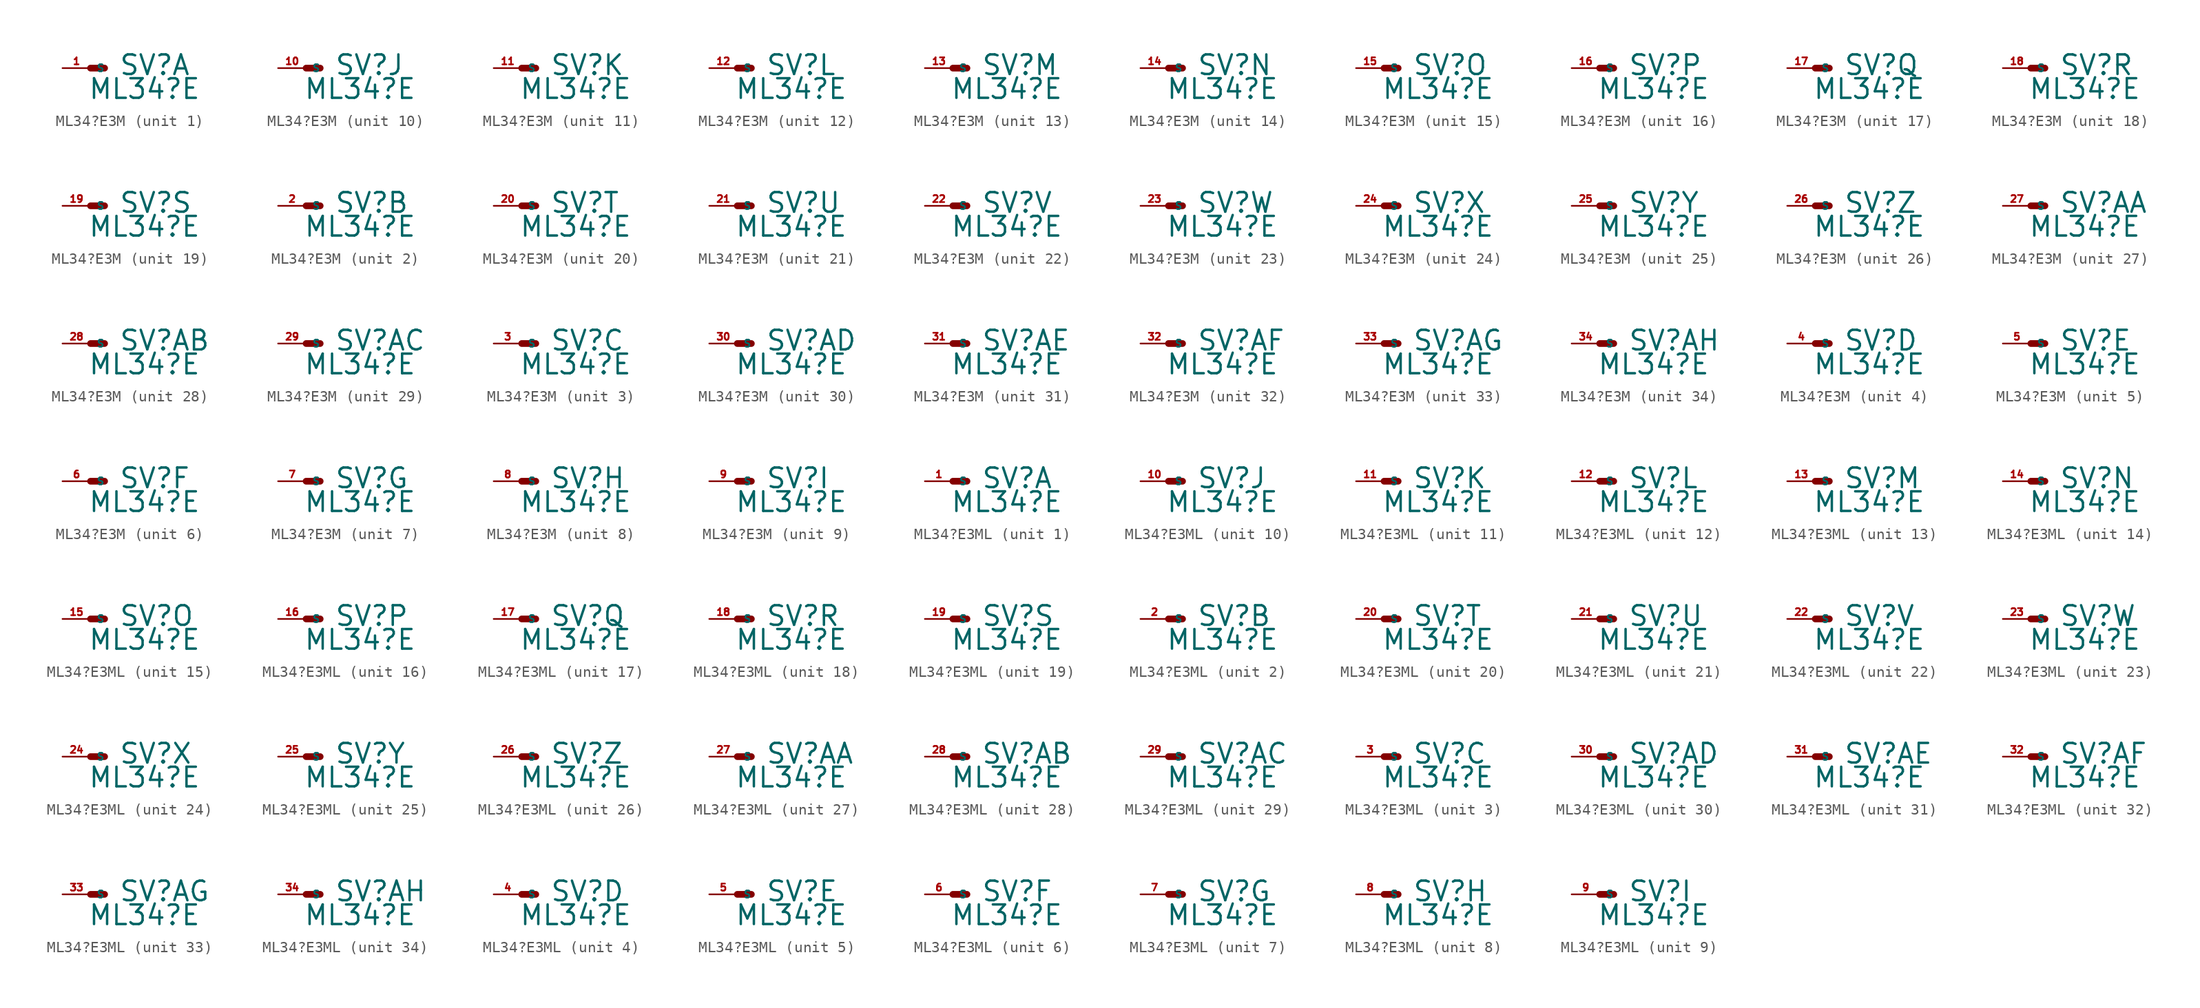
<source format=kicad_sym>
(kicad_symbol_lib
  (version 20220914)
  (generator Eagle2Kicad)
  (symbol "ML34?E3M"
    (property "Reference" "SV"
      (at 2.54 -0.762 0)
      (effects (font (size 1.778 1.778) (thickness 0.22)) (justify left bottom)))
    (property "Value" "ML34?E"
      (at -0.254 -2.921 0)
      (effects (font (size 1.778 1.778) (thickness 0.22)) (justify left bottom)))
    (symbol "ML34?E3M_1_0"
      (polyline (pts (xy 1.27 0) (xy 0 0)) (stroke (width 0.61) (type default)) (fill (type none)))
      (pin passive line (at -2.54 0 0) (length 2.54) (name "S" (effects (font (size 0.635 0.635) (thickness 0.08)) (justify left bottom))) (number "1" (effects (font (size 0.635 0.635) (thickness 0.08)) (justify left bottom)))))
    (symbol "ML34?E3M_2_0"
      (polyline (pts (xy 1.27 0) (xy 0 0)) (stroke (width 0.61) (type default)) (fill (type none)))
      (pin passive line (at -2.54 0 0) (length 2.54) (name "S" (effects (font (size 0.635 0.635) (thickness 0.08)) (justify left bottom))) (number "2" (effects (font (size 0.635 0.635) (thickness 0.08)) (justify left bottom)))))
    (symbol "ML34?E3M_3_0"
      (polyline (pts (xy 1.27 0) (xy 0 0)) (stroke (width 0.61) (type default)) (fill (type none)))
      (pin passive line (at -2.54 0 0) (length 2.54) (name "S" (effects (font (size 0.635 0.635) (thickness 0.08)) (justify left bottom))) (number "3" (effects (font (size 0.635 0.635) (thickness 0.08)) (justify left bottom)))))
    (symbol "ML34?E3M_4_0"
      (polyline (pts (xy 1.27 0) (xy 0 0)) (stroke (width 0.61) (type default)) (fill (type none)))
      (pin passive line (at -2.54 0 0) (length 2.54) (name "S" (effects (font (size 0.635 0.635) (thickness 0.08)) (justify left bottom))) (number "4" (effects (font (size 0.635 0.635) (thickness 0.08)) (justify left bottom)))))
    (symbol "ML34?E3M_5_0"
      (polyline (pts (xy 1.27 0) (xy 0 0)) (stroke (width 0.61) (type default)) (fill (type none)))
      (pin passive line (at -2.54 0 0) (length 2.54) (name "S" (effects (font (size 0.635 0.635) (thickness 0.08)) (justify left bottom))) (number "5" (effects (font (size 0.635 0.635) (thickness 0.08)) (justify left bottom)))))
    (symbol "ML34?E3M_6_0"
      (polyline (pts (xy 1.27 0) (xy 0 0)) (stroke (width 0.61) (type default)) (fill (type none)))
      (pin passive line (at -2.54 0 0) (length 2.54) (name "S" (effects (font (size 0.635 0.635) (thickness 0.08)) (justify left bottom))) (number "6" (effects (font (size 0.635 0.635) (thickness 0.08)) (justify left bottom)))))
    (symbol "ML34?E3M_7_0"
      (polyline (pts (xy 1.27 0) (xy 0 0)) (stroke (width 0.61) (type default)) (fill (type none)))
      (pin passive line (at -2.54 0 0) (length 2.54) (name "S" (effects (font (size 0.635 0.635) (thickness 0.08)) (justify left bottom))) (number "7" (effects (font (size 0.635 0.635) (thickness 0.08)) (justify left bottom)))))
    (symbol "ML34?E3M_8_0"
      (polyline (pts (xy 1.27 0) (xy 0 0)) (stroke (width 0.61) (type default)) (fill (type none)))
      (pin passive line (at -2.54 0 0) (length 2.54) (name "S" (effects (font (size 0.635 0.635) (thickness 0.08)) (justify left bottom))) (number "8" (effects (font (size 0.635 0.635) (thickness 0.08)) (justify left bottom)))))
    (symbol "ML34?E3M_9_0"
      (polyline (pts (xy 1.27 0) (xy 0 0)) (stroke (width 0.61) (type default)) (fill (type none)))
      (pin passive line (at -2.54 0 0) (length 2.54) (name "S" (effects (font (size 0.635 0.635) (thickness 0.08)) (justify left bottom))) (number "9" (effects (font (size 0.635 0.635) (thickness 0.08)) (justify left bottom)))))
    (symbol "ML34?E3M_10_0"
      (polyline (pts (xy 1.27 0) (xy 0 0)) (stroke (width 0.61) (type default)) (fill (type none)))
      (pin passive line (at -2.54 0 0) (length 2.54) (name "S" (effects (font (size 0.635 0.635) (thickness 0.08)) (justify left bottom))) (number "10" (effects (font (size 0.635 0.635) (thickness 0.08)) (justify left bottom)))))
    (symbol "ML34?E3M_11_0"
      (polyline (pts (xy 1.27 0) (xy 0 0)) (stroke (width 0.61) (type default)) (fill (type none)))
      (pin passive line (at -2.54 0 0) (length 2.54) (name "S" (effects (font (size 0.635 0.635) (thickness 0.08)) (justify left bottom))) (number "11" (effects (font (size 0.635 0.635) (thickness 0.08)) (justify left bottom)))))
    (symbol "ML34?E3M_12_0"
      (polyline (pts (xy 1.27 0) (xy 0 0)) (stroke (width 0.61) (type default)) (fill (type none)))
      (pin passive line (at -2.54 0 0) (length 2.54) (name "S" (effects (font (size 0.635 0.635) (thickness 0.08)) (justify left bottom))) (number "12" (effects (font (size 0.635 0.635) (thickness 0.08)) (justify left bottom)))))
    (symbol "ML34?E3M_13_0"
      (polyline (pts (xy 1.27 0) (xy 0 0)) (stroke (width 0.61) (type default)) (fill (type none)))
      (pin passive line (at -2.54 0 0) (length 2.54) (name "S" (effects (font (size 0.635 0.635) (thickness 0.08)) (justify left bottom))) (number "13" (effects (font (size 0.635 0.635) (thickness 0.08)) (justify left bottom)))))
    (symbol "ML34?E3M_14_0"
      (polyline (pts (xy 1.27 0) (xy 0 0)) (stroke (width 0.61) (type default)) (fill (type none)))
      (pin passive line (at -2.54 0 0) (length 2.54) (name "S" (effects (font (size 0.635 0.635) (thickness 0.08)) (justify left bottom))) (number "14" (effects (font (size 0.635 0.635) (thickness 0.08)) (justify left bottom)))))
    (symbol "ML34?E3M_15_0"
      (polyline (pts (xy 1.27 0) (xy 0 0)) (stroke (width 0.61) (type default)) (fill (type none)))
      (pin passive line (at -2.54 0 0) (length 2.54) (name "S" (effects (font (size 0.635 0.635) (thickness 0.08)) (justify left bottom))) (number "15" (effects (font (size 0.635 0.635) (thickness 0.08)) (justify left bottom)))))
    (symbol "ML34?E3M_16_0"
      (polyline (pts (xy 1.27 0) (xy 0 0)) (stroke (width 0.61) (type default)) (fill (type none)))
      (pin passive line (at -2.54 0 0) (length 2.54) (name "S" (effects (font (size 0.635 0.635) (thickness 0.08)) (justify left bottom))) (number "16" (effects (font (size 0.635 0.635) (thickness 0.08)) (justify left bottom)))))
    (symbol "ML34?E3M_17_0"
      (polyline (pts (xy 1.27 0) (xy 0 0)) (stroke (width 0.61) (type default)) (fill (type none)))
      (pin passive line (at -2.54 0 0) (length 2.54) (name "S" (effects (font (size 0.635 0.635) (thickness 0.08)) (justify left bottom))) (number "17" (effects (font (size 0.635 0.635) (thickness 0.08)) (justify left bottom)))))
    (symbol "ML34?E3M_18_0"
      (polyline (pts (xy 1.27 0) (xy 0 0)) (stroke (width 0.61) (type default)) (fill (type none)))
      (pin passive line (at -2.54 0 0) (length 2.54) (name "S" (effects (font (size 0.635 0.635) (thickness 0.08)) (justify left bottom))) (number "18" (effects (font (size 0.635 0.635) (thickness 0.08)) (justify left bottom)))))
    (symbol "ML34?E3M_19_0"
      (polyline (pts (xy 1.27 0) (xy 0 0)) (stroke (width 0.61) (type default)) (fill (type none)))
      (pin passive line (at -2.54 0 0) (length 2.54) (name "S" (effects (font (size 0.635 0.635) (thickness 0.08)) (justify left bottom))) (number "19" (effects (font (size 0.635 0.635) (thickness 0.08)) (justify left bottom)))))
    (symbol "ML34?E3M_20_0"
      (polyline (pts (xy 1.27 0) (xy 0 0)) (stroke (width 0.61) (type default)) (fill (type none)))
      (pin passive line (at -2.54 0 0) (length 2.54) (name "S" (effects (font (size 0.635 0.635) (thickness 0.08)) (justify left bottom))) (number "20" (effects (font (size 0.635 0.635) (thickness 0.08)) (justify left bottom)))))
    (symbol "ML34?E3M_21_0"
      (polyline (pts (xy 1.27 0) (xy 0 0)) (stroke (width 0.61) (type default)) (fill (type none)))
      (pin passive line (at -2.54 0 0) (length 2.54) (name "S" (effects (font (size 0.635 0.635) (thickness 0.08)) (justify left bottom))) (number "21" (effects (font (size 0.635 0.635) (thickness 0.08)) (justify left bottom)))))
    (symbol "ML34?E3M_22_0"
      (polyline (pts (xy 1.27 0) (xy 0 0)) (stroke (width 0.61) (type default)) (fill (type none)))
      (pin passive line (at -2.54 0 0) (length 2.54) (name "S" (effects (font (size 0.635 0.635) (thickness 0.08)) (justify left bottom))) (number "22" (effects (font (size 0.635 0.635) (thickness 0.08)) (justify left bottom)))))
    (symbol "ML34?E3M_23_0"
      (polyline (pts (xy 1.27 0) (xy 0 0)) (stroke (width 0.61) (type default)) (fill (type none)))
      (pin passive line (at -2.54 0 0) (length 2.54) (name "S" (effects (font (size 0.635 0.635) (thickness 0.08)) (justify left bottom))) (number "23" (effects (font (size 0.635 0.635) (thickness 0.08)) (justify left bottom)))))
    (symbol "ML34?E3M_24_0"
      (polyline (pts (xy 1.27 0) (xy 0 0)) (stroke (width 0.61) (type default)) (fill (type none)))
      (pin passive line (at -2.54 0 0) (length 2.54) (name "S" (effects (font (size 0.635 0.635) (thickness 0.08)) (justify left bottom))) (number "24" (effects (font (size 0.635 0.635) (thickness 0.08)) (justify left bottom)))))
    (symbol "ML34?E3M_25_0"
      (polyline (pts (xy 1.27 0) (xy 0 0)) (stroke (width 0.61) (type default)) (fill (type none)))
      (pin passive line (at -2.54 0 0) (length 2.54) (name "S" (effects (font (size 0.635 0.635) (thickness 0.08)) (justify left bottom))) (number "25" (effects (font (size 0.635 0.635) (thickness 0.08)) (justify left bottom)))))
    (symbol "ML34?E3M_26_0"
      (polyline (pts (xy 1.27 0) (xy 0 0)) (stroke (width 0.61) (type default)) (fill (type none)))
      (pin passive line (at -2.54 0 0) (length 2.54) (name "S" (effects (font (size 0.635 0.635) (thickness 0.08)) (justify left bottom))) (number "26" (effects (font (size 0.635 0.635) (thickness 0.08)) (justify left bottom)))))
    (symbol "ML34?E3M_27_0"
      (polyline (pts (xy 1.27 0) (xy 0 0)) (stroke (width 0.61) (type default)) (fill (type none)))
      (pin passive line (at -2.54 0 0) (length 2.54) (name "S" (effects (font (size 0.635 0.635) (thickness 0.08)) (justify left bottom))) (number "27" (effects (font (size 0.635 0.635) (thickness 0.08)) (justify left bottom)))))
    (symbol "ML34?E3M_28_0"
      (polyline (pts (xy 1.27 0) (xy 0 0)) (stroke (width 0.61) (type default)) (fill (type none)))
      (pin passive line (at -2.54 0 0) (length 2.54) (name "S" (effects (font (size 0.635 0.635) (thickness 0.08)) (justify left bottom))) (number "28" (effects (font (size 0.635 0.635) (thickness 0.08)) (justify left bottom)))))
    (symbol "ML34?E3M_29_0"
      (polyline (pts (xy 1.27 0) (xy 0 0)) (stroke (width 0.61) (type default)) (fill (type none)))
      (pin passive line (at -2.54 0 0) (length 2.54) (name "S" (effects (font (size 0.635 0.635) (thickness 0.08)) (justify left bottom))) (number "29" (effects (font (size 0.635 0.635) (thickness 0.08)) (justify left bottom)))))
    (symbol "ML34?E3M_30_0"
      (polyline (pts (xy 1.27 0) (xy 0 0)) (stroke (width 0.61) (type default)) (fill (type none)))
      (pin passive line (at -2.54 0 0) (length 2.54) (name "S" (effects (font (size 0.635 0.635) (thickness 0.08)) (justify left bottom))) (number "30" (effects (font (size 0.635 0.635) (thickness 0.08)) (justify left bottom)))))
    (symbol "ML34?E3M_31_0"
      (polyline (pts (xy 1.27 0) (xy 0 0)) (stroke (width 0.61) (type default)) (fill (type none)))
      (pin passive line (at -2.54 0 0) (length 2.54) (name "S" (effects (font (size 0.635 0.635) (thickness 0.08)) (justify left bottom))) (number "31" (effects (font (size 0.635 0.635) (thickness 0.08)) (justify left bottom)))))
    (symbol "ML34?E3M_32_0"
      (polyline (pts (xy 1.27 0) (xy 0 0)) (stroke (width 0.61) (type default)) (fill (type none)))
      (pin passive line (at -2.54 0 0) (length 2.54) (name "S" (effects (font (size 0.635 0.635) (thickness 0.08)) (justify left bottom))) (number "32" (effects (font (size 0.635 0.635) (thickness 0.08)) (justify left bottom)))))
    (symbol "ML34?E3M_33_0"
      (polyline (pts (xy 1.27 0) (xy 0 0)) (stroke (width 0.61) (type default)) (fill (type none)))
      (pin passive line (at -2.54 0 0) (length 2.54) (name "S" (effects (font (size 0.635 0.635) (thickness 0.08)) (justify left bottom))) (number "33" (effects (font (size 0.635 0.635) (thickness 0.08)) (justify left bottom)))))
    (symbol "ML34?E3M_34_0"
      (polyline (pts (xy 1.27 0) (xy 0 0)) (stroke (width 0.61) (type default)) (fill (type none)))
      (pin passive line (at -2.54 0 0) (length 2.54) (name "S" (effects (font (size 0.635 0.635) (thickness 0.08)) (justify left bottom))) (number "34" (effects (font (size 0.635 0.635) (thickness 0.08)) (justify left bottom))))))
  (symbol "ML34?E3ML"
    (property "Reference" "SV"
      (at 2.54 -0.762 0)
      (effects (font (size 1.778 1.778) (thickness 0.22)) (justify left bottom)))
    (property "Value" "ML34?E"
      (at -0.254 -2.921 0)
      (effects (font (size 1.778 1.778) (thickness 0.22)) (justify left bottom)))
    (symbol "ML34?E3ML_1_0"
      (polyline (pts (xy 1.27 0) (xy 0 0)) (stroke (width 0.61) (type default)) (fill (type none)))
      (pin passive line (at -2.54 0 0) (length 2.54) (name "S" (effects (font (size 0.635 0.635) (thickness 0.08)) (justify left bottom))) (number "1" (effects (font (size 0.635 0.635) (thickness 0.08)) (justify left bottom)))))
    (symbol "ML34?E3ML_2_0"
      (polyline (pts (xy 1.27 0) (xy 0 0)) (stroke (width 0.61) (type default)) (fill (type none)))
      (pin passive line (at -2.54 0 0) (length 2.54) (name "S" (effects (font (size 0.635 0.635) (thickness 0.08)) (justify left bottom))) (number "2" (effects (font (size 0.635 0.635) (thickness 0.08)) (justify left bottom)))))
    (symbol "ML34?E3ML_3_0"
      (polyline (pts (xy 1.27 0) (xy 0 0)) (stroke (width 0.61) (type default)) (fill (type none)))
      (pin passive line (at -2.54 0 0) (length 2.54) (name "S" (effects (font (size 0.635 0.635) (thickness 0.08)) (justify left bottom))) (number "3" (effects (font (size 0.635 0.635) (thickness 0.08)) (justify left bottom)))))
    (symbol "ML34?E3ML_4_0"
      (polyline (pts (xy 1.27 0) (xy 0 0)) (stroke (width 0.61) (type default)) (fill (type none)))
      (pin passive line (at -2.54 0 0) (length 2.54) (name "S" (effects (font (size 0.635 0.635) (thickness 0.08)) (justify left bottom))) (number "4" (effects (font (size 0.635 0.635) (thickness 0.08)) (justify left bottom)))))
    (symbol "ML34?E3ML_5_0"
      (polyline (pts (xy 1.27 0) (xy 0 0)) (stroke (width 0.61) (type default)) (fill (type none)))
      (pin passive line (at -2.54 0 0) (length 2.54) (name "S" (effects (font (size 0.635 0.635) (thickness 0.08)) (justify left bottom))) (number "5" (effects (font (size 0.635 0.635) (thickness 0.08)) (justify left bottom)))))
    (symbol "ML34?E3ML_6_0"
      (polyline (pts (xy 1.27 0) (xy 0 0)) (stroke (width 0.61) (type default)) (fill (type none)))
      (pin passive line (at -2.54 0 0) (length 2.54) (name "S" (effects (font (size 0.635 0.635) (thickness 0.08)) (justify left bottom))) (number "6" (effects (font (size 0.635 0.635) (thickness 0.08)) (justify left bottom)))))
    (symbol "ML34?E3ML_7_0"
      (polyline (pts (xy 1.27 0) (xy 0 0)) (stroke (width 0.61) (type default)) (fill (type none)))
      (pin passive line (at -2.54 0 0) (length 2.54) (name "S" (effects (font (size 0.635 0.635) (thickness 0.08)) (justify left bottom))) (number "7" (effects (font (size 0.635 0.635) (thickness 0.08)) (justify left bottom)))))
    (symbol "ML34?E3ML_8_0"
      (polyline (pts (xy 1.27 0) (xy 0 0)) (stroke (width 0.61) (type default)) (fill (type none)))
      (pin passive line (at -2.54 0 0) (length 2.54) (name "S" (effects (font (size 0.635 0.635) (thickness 0.08)) (justify left bottom))) (number "8" (effects (font (size 0.635 0.635) (thickness 0.08)) (justify left bottom)))))
    (symbol "ML34?E3ML_9_0"
      (polyline (pts (xy 1.27 0) (xy 0 0)) (stroke (width 0.61) (type default)) (fill (type none)))
      (pin passive line (at -2.54 0 0) (length 2.54) (name "S" (effects (font (size 0.635 0.635) (thickness 0.08)) (justify left bottom))) (number "9" (effects (font (size 0.635 0.635) (thickness 0.08)) (justify left bottom)))))
    (symbol "ML34?E3ML_10_0"
      (polyline (pts (xy 1.27 0) (xy 0 0)) (stroke (width 0.61) (type default)) (fill (type none)))
      (pin passive line (at -2.54 0 0) (length 2.54) (name "S" (effects (font (size 0.635 0.635) (thickness 0.08)) (justify left bottom))) (number "10" (effects (font (size 0.635 0.635) (thickness 0.08)) (justify left bottom)))))
    (symbol "ML34?E3ML_11_0"
      (polyline (pts (xy 1.27 0) (xy 0 0)) (stroke (width 0.61) (type default)) (fill (type none)))
      (pin passive line (at -2.54 0 0) (length 2.54) (name "S" (effects (font (size 0.635 0.635) (thickness 0.08)) (justify left bottom))) (number "11" (effects (font (size 0.635 0.635) (thickness 0.08)) (justify left bottom)))))
    (symbol "ML34?E3ML_12_0"
      (polyline (pts (xy 1.27 0) (xy 0 0)) (stroke (width 0.61) (type default)) (fill (type none)))
      (pin passive line (at -2.54 0 0) (length 2.54) (name "S" (effects (font (size 0.635 0.635) (thickness 0.08)) (justify left bottom))) (number "12" (effects (font (size 0.635 0.635) (thickness 0.08)) (justify left bottom)))))
    (symbol "ML34?E3ML_13_0"
      (polyline (pts (xy 1.27 0) (xy 0 0)) (stroke (width 0.61) (type default)) (fill (type none)))
      (pin passive line (at -2.54 0 0) (length 2.54) (name "S" (effects (font (size 0.635 0.635) (thickness 0.08)) (justify left bottom))) (number "13" (effects (font (size 0.635 0.635) (thickness 0.08)) (justify left bottom)))))
    (symbol "ML34?E3ML_14_0"
      (polyline (pts (xy 1.27 0) (xy 0 0)) (stroke (width 0.61) (type default)) (fill (type none)))
      (pin passive line (at -2.54 0 0) (length 2.54) (name "S" (effects (font (size 0.635 0.635) (thickness 0.08)) (justify left bottom))) (number "14" (effects (font (size 0.635 0.635) (thickness 0.08)) (justify left bottom)))))
    (symbol "ML34?E3ML_15_0"
      (polyline (pts (xy 1.27 0) (xy 0 0)) (stroke (width 0.61) (type default)) (fill (type none)))
      (pin passive line (at -2.54 0 0) (length 2.54) (name "S" (effects (font (size 0.635 0.635) (thickness 0.08)) (justify left bottom))) (number "15" (effects (font (size 0.635 0.635) (thickness 0.08)) (justify left bottom)))))
    (symbol "ML34?E3ML_16_0"
      (polyline (pts (xy 1.27 0) (xy 0 0)) (stroke (width 0.61) (type default)) (fill (type none)))
      (pin passive line (at -2.54 0 0) (length 2.54) (name "S" (effects (font (size 0.635 0.635) (thickness 0.08)) (justify left bottom))) (number "16" (effects (font (size 0.635 0.635) (thickness 0.08)) (justify left bottom)))))
    (symbol "ML34?E3ML_17_0"
      (polyline (pts (xy 1.27 0) (xy 0 0)) (stroke (width 0.61) (type default)) (fill (type none)))
      (pin passive line (at -2.54 0 0) (length 2.54) (name "S" (effects (font (size 0.635 0.635) (thickness 0.08)) (justify left bottom))) (number "17" (effects (font (size 0.635 0.635) (thickness 0.08)) (justify left bottom)))))
    (symbol "ML34?E3ML_18_0"
      (polyline (pts (xy 1.27 0) (xy 0 0)) (stroke (width 0.61) (type default)) (fill (type none)))
      (pin passive line (at -2.54 0 0) (length 2.54) (name "S" (effects (font (size 0.635 0.635) (thickness 0.08)) (justify left bottom))) (number "18" (effects (font (size 0.635 0.635) (thickness 0.08)) (justify left bottom)))))
    (symbol "ML34?E3ML_19_0"
      (polyline (pts (xy 1.27 0) (xy 0 0)) (stroke (width 0.61) (type default)) (fill (type none)))
      (pin passive line (at -2.54 0 0) (length 2.54) (name "S" (effects (font (size 0.635 0.635) (thickness 0.08)) (justify left bottom))) (number "19" (effects (font (size 0.635 0.635) (thickness 0.08)) (justify left bottom)))))
    (symbol "ML34?E3ML_20_0"
      (polyline (pts (xy 1.27 0) (xy 0 0)) (stroke (width 0.61) (type default)) (fill (type none)))
      (pin passive line (at -2.54 0 0) (length 2.54) (name "S" (effects (font (size 0.635 0.635) (thickness 0.08)) (justify left bottom))) (number "20" (effects (font (size 0.635 0.635) (thickness 0.08)) (justify left bottom)))))
    (symbol "ML34?E3ML_21_0"
      (polyline (pts (xy 1.27 0) (xy 0 0)) (stroke (width 0.61) (type default)) (fill (type none)))
      (pin passive line (at -2.54 0 0) (length 2.54) (name "S" (effects (font (size 0.635 0.635) (thickness 0.08)) (justify left bottom))) (number "21" (effects (font (size 0.635 0.635) (thickness 0.08)) (justify left bottom)))))
    (symbol "ML34?E3ML_22_0"
      (polyline (pts (xy 1.27 0) (xy 0 0)) (stroke (width 0.61) (type default)) (fill (type none)))
      (pin passive line (at -2.54 0 0) (length 2.54) (name "S" (effects (font (size 0.635 0.635) (thickness 0.08)) (justify left bottom))) (number "22" (effects (font (size 0.635 0.635) (thickness 0.08)) (justify left bottom)))))
    (symbol "ML34?E3ML_23_0"
      (polyline (pts (xy 1.27 0) (xy 0 0)) (stroke (width 0.61) (type default)) (fill (type none)))
      (pin passive line (at -2.54 0 0) (length 2.54) (name "S" (effects (font (size 0.635 0.635) (thickness 0.08)) (justify left bottom))) (number "23" (effects (font (size 0.635 0.635) (thickness 0.08)) (justify left bottom)))))
    (symbol "ML34?E3ML_24_0"
      (polyline (pts (xy 1.27 0) (xy 0 0)) (stroke (width 0.61) (type default)) (fill (type none)))
      (pin passive line (at -2.54 0 0) (length 2.54) (name "S" (effects (font (size 0.635 0.635) (thickness 0.08)) (justify left bottom))) (number "24" (effects (font (size 0.635 0.635) (thickness 0.08)) (justify left bottom)))))
    (symbol "ML34?E3ML_25_0"
      (polyline (pts (xy 1.27 0) (xy 0 0)) (stroke (width 0.61) (type default)) (fill (type none)))
      (pin passive line (at -2.54 0 0) (length 2.54) (name "S" (effects (font (size 0.635 0.635) (thickness 0.08)) (justify left bottom))) (number "25" (effects (font (size 0.635 0.635) (thickness 0.08)) (justify left bottom)))))
    (symbol "ML34?E3ML_26_0"
      (polyline (pts (xy 1.27 0) (xy 0 0)) (stroke (width 0.61) (type default)) (fill (type none)))
      (pin passive line (at -2.54 0 0) (length 2.54) (name "S" (effects (font (size 0.635 0.635) (thickness 0.08)) (justify left bottom))) (number "26" (effects (font (size 0.635 0.635) (thickness 0.08)) (justify left bottom)))))
    (symbol "ML34?E3ML_27_0"
      (polyline (pts (xy 1.27 0) (xy 0 0)) (stroke (width 0.61) (type default)) (fill (type none)))
      (pin passive line (at -2.54 0 0) (length 2.54) (name "S" (effects (font (size 0.635 0.635) (thickness 0.08)) (justify left bottom))) (number "27" (effects (font (size 0.635 0.635) (thickness 0.08)) (justify left bottom)))))
    (symbol "ML34?E3ML_28_0"
      (polyline (pts (xy 1.27 0) (xy 0 0)) (stroke (width 0.61) (type default)) (fill (type none)))
      (pin passive line (at -2.54 0 0) (length 2.54) (name "S" (effects (font (size 0.635 0.635) (thickness 0.08)) (justify left bottom))) (number "28" (effects (font (size 0.635 0.635) (thickness 0.08)) (justify left bottom)))))
    (symbol "ML34?E3ML_29_0"
      (polyline (pts (xy 1.27 0) (xy 0 0)) (stroke (width 0.61) (type default)) (fill (type none)))
      (pin passive line (at -2.54 0 0) (length 2.54) (name "S" (effects (font (size 0.635 0.635) (thickness 0.08)) (justify left bottom))) (number "29" (effects (font (size 0.635 0.635) (thickness 0.08)) (justify left bottom)))))
    (symbol "ML34?E3ML_30_0"
      (polyline (pts (xy 1.27 0) (xy 0 0)) (stroke (width 0.61) (type default)) (fill (type none)))
      (pin passive line (at -2.54 0 0) (length 2.54) (name "S" (effects (font (size 0.635 0.635) (thickness 0.08)) (justify left bottom))) (number "30" (effects (font (size 0.635 0.635) (thickness 0.08)) (justify left bottom)))))
    (symbol "ML34?E3ML_31_0"
      (polyline (pts (xy 1.27 0) (xy 0 0)) (stroke (width 0.61) (type default)) (fill (type none)))
      (pin passive line (at -2.54 0 0) (length 2.54) (name "S" (effects (font (size 0.635 0.635) (thickness 0.08)) (justify left bottom))) (number "31" (effects (font (size 0.635 0.635) (thickness 0.08)) (justify left bottom)))))
    (symbol "ML34?E3ML_32_0"
      (polyline (pts (xy 1.27 0) (xy 0 0)) (stroke (width 0.61) (type default)) (fill (type none)))
      (pin passive line (at -2.54 0 0) (length 2.54) (name "S" (effects (font (size 0.635 0.635) (thickness 0.08)) (justify left bottom))) (number "32" (effects (font (size 0.635 0.635) (thickness 0.08)) (justify left bottom)))))
    (symbol "ML34?E3ML_33_0"
      (polyline (pts (xy 1.27 0) (xy 0 0)) (stroke (width 0.61) (type default)) (fill (type none)))
      (pin passive line (at -2.54 0 0) (length 2.54) (name "S" (effects (font (size 0.635 0.635) (thickness 0.08)) (justify left bottom))) (number "33" (effects (font (size 0.635 0.635) (thickness 0.08)) (justify left bottom)))))
    (symbol "ML34?E3ML_34_0"
      (polyline (pts (xy 1.27 0) (xy 0 0)) (stroke (width 0.61) (type default)) (fill (type none)))
      (pin passive line (at -2.54 0 0) (length 2.54) (name "S" (effects (font (size 0.635 0.635) (thickness 0.08)) (justify left bottom))) (number "34" (effects (font (size 0.635 0.635) (thickness 0.08)) (justify left bottom)))))))
</source>
